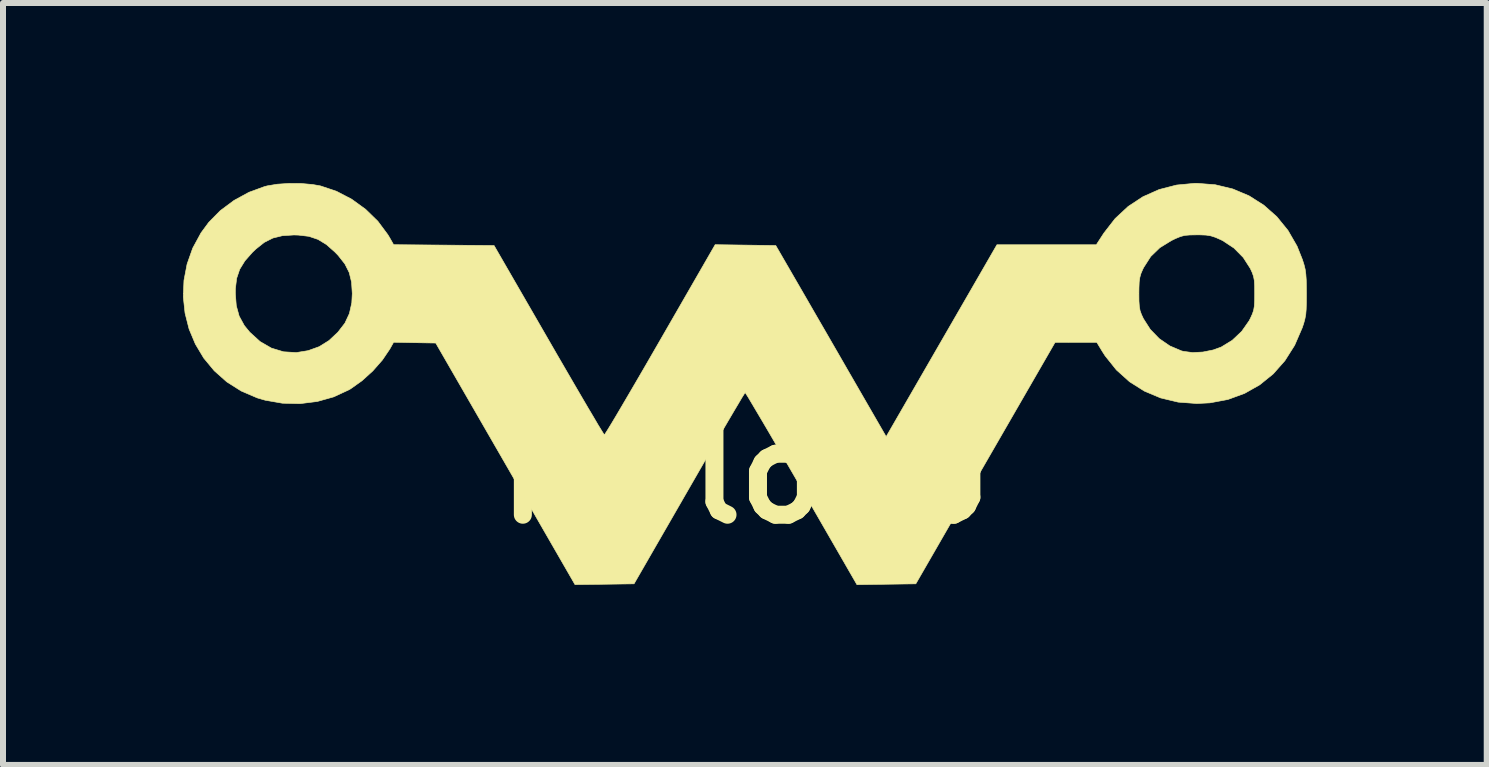
<source format=kicad_pcb>
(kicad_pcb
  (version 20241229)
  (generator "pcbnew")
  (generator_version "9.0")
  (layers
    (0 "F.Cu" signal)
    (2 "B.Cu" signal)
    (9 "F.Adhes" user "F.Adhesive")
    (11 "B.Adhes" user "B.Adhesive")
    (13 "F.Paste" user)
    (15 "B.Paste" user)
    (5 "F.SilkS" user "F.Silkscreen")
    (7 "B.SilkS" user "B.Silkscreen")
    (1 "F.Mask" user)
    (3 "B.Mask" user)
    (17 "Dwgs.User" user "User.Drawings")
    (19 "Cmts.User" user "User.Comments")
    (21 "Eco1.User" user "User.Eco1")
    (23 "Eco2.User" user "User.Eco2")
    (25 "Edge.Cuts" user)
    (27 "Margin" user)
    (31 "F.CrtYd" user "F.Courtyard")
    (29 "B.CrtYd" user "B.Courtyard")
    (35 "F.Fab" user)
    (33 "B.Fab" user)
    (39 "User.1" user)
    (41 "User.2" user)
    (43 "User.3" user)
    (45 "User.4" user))
  (footprint "mylogo"
    (layer "F.Cu")
    (at 9.365 4.839)
    (property "Reference" "mylogo" (at 0 0 0) (layer "F.SilkS") (effects (font (size 1.524 1.524) (thickness 0.3))))
    (attr through_hole)
    (fp_poly (pts (xy 7.839 -4.81) (xy 8.13 -4.74) (xy 8.401 -4.626) (xy 8.647 -4.47) (xy 8.865 -4.277) (xy 9.051 -4.048) (xy 9.202 -3.786) (xy 9.291 -3.563) (xy 9.318 -3.478) (xy 9.337 -3.401) (xy 9.348 -3.321) (xy 9.355 -3.223) (xy 9.357 -3.096) (xy 9.358 -2.997) (xy 9.357 -2.847) (xy 9.354 -2.736) (xy 9.347 -2.649) (xy 9.333 -2.575) (xy 9.313 -2.5) (xy 9.288 -2.426) (xy 9.162 -2.135) (xy 9 -1.879) (xy 8.805 -1.658) (xy 8.579 -1.475) (xy 8.326 -1.332) (xy 8.049 -1.231) (xy 7.75 -1.175) (xy 7.531 -1.164) (xy 7.221 -1.187) (xy 6.928 -1.257) (xy 6.657 -1.371) (xy 6.41 -1.527) (xy 6.191 -1.724) (xy 6.003 -1.959) (xy 5.955 -2.034) (xy 5.864 -2.184) (xy 5.516 -2.184) (xy 5.169 -2.183) (xy 4.008 -0.171) (xy 2.848 1.841) (xy 1.867 1.855) (xy 0.944 0.254) (xy 0.793 -0.007) (xy 0.649 -0.255) (xy 0.515 -0.486) (xy 0.392 -0.697) (xy 0.282 -0.884) (xy 0.187 -1.044) (xy 0.11 -1.174) (xy 0.053 -1.27) (xy 0.016 -1.328) (xy 0.004 -1.345) (xy -0.011 -1.324) (xy -0.05 -1.262) (xy -0.109 -1.162) (xy -0.188 -1.029) (xy -0.284 -0.866) (xy -0.395 -0.676) (xy -0.519 -0.463) (xy -0.654 -0.231) (xy -0.798 0.019) (xy -0.93 0.248) (xy -1.848 1.841) (xy -2.34 1.848) (xy -2.832 1.854) (xy -3.992 -0.159) (xy -5.153 -2.172) (xy -5.504 -2.178) (xy -5.855 -2.185) (xy -5.919 -2.071) (xy -6.043 -1.888) (xy -6.202 -1.707) (xy -6.383 -1.543) (xy -6.573 -1.408) (xy -6.601 -1.392) (xy -6.853 -1.275) (xy -7.127 -1.198) (xy -7.415 -1.162) (xy -7.708 -1.169) (xy -7.995 -1.219) (xy -8.126 -1.257) (xy -8.396 -1.373) (xy -8.636 -1.525) (xy -8.844 -1.71) (xy -9.019 -1.921) (xy -9.159 -2.155) (xy -9.264 -2.406) (xy -9.331 -2.67) (xy -9.36 -2.941) (xy -9.358 -2.997) (xy -8.493 -2.997) (xy -8.477 -2.794) (xy -8.429 -2.62) (xy -8.343 -2.463) (xy -8.252 -2.352) (xy -8.08 -2.196) (xy -7.891 -2.087) (xy -7.689 -2.026) (xy -7.477 -2.013) (xy -7.28 -2.045) (xy -7.094 -2.112) (xy -6.931 -2.214) (xy -6.784 -2.352) (xy -6.667 -2.503) (xy -6.592 -2.663) (xy -6.552 -2.842) (xy -6.544 -2.997) (xy -6.556 -3.188) (xy -6.595 -3.347) (xy -6.667 -3.49) (xy -6.778 -3.631) (xy -6.83 -3.685) (xy -6.974 -3.813) (xy -7.115 -3.899) (xy -7.266 -3.95) (xy -7.443 -3.971) (xy -7.518 -3.973) (xy -7.708 -3.961) (xy -7.867 -3.922) (xy -8.01 -3.85) (xy -8.151 -3.738) (xy -8.207 -3.685) (xy -8.334 -3.541) (xy -8.42 -3.401) (xy -8.471 -3.251) (xy -8.492 -3.076) (xy -8.493 -2.997) (xy -9.358 -2.997) (xy -9.349 -3.216) (xy -9.297 -3.488) (xy -9.203 -3.754) (xy -9.065 -4.008) (xy -8.936 -4.183) (xy -8.744 -4.378) (xy -8.516 -4.548) (xy -8.267 -4.684) (xy -8.008 -4.779) (xy -7.962 -4.791) (xy -7.795 -4.819) (xy -7.6 -4.832) (xy -7.397 -4.831) (xy -7.206 -4.814) (xy -7.075 -4.791) (xy -6.809 -4.702) (xy -6.555 -4.57) (xy -6.322 -4.401) (xy -6.118 -4.202) (xy -5.952 -3.979) (xy -5.923 -3.931) (xy -5.855 -3.811) (xy -4.181 -3.797) (xy -3.272 -2.223) (xy -3.122 -1.963) (xy -2.979 -1.717) (xy -2.846 -1.488) (xy -2.724 -1.279) (xy -2.615 -1.093) (xy -2.521 -0.935) (xy -2.446 -0.807) (xy -2.389 -0.714) (xy -2.354 -0.658) (xy -2.343 -0.642) (xy -2.328 -0.663) (xy -2.289 -0.724) (xy -2.229 -0.822) (xy -2.15 -0.954) (xy -2.054 -1.117) (xy -1.943 -1.306) (xy -1.819 -1.518) (xy -1.684 -1.75) (xy -1.54 -1.999) (xy -1.41 -2.224) (xy -0.496 -3.811) (xy 0.009 -3.804) (xy 0.514 -3.797) (xy 0.837 -3.239) (xy 0.921 -3.094) (xy 1.025 -2.914) (xy 1.145 -2.706) (xy 1.277 -2.478) (xy 1.415 -2.239) (xy 1.556 -1.995) (xy 1.694 -1.755) (xy 1.757 -1.646) (xy 2.354 -0.612) (xy 3.277 -2.211) (xy 3.731 -2.997) (xy 6.566 -2.997) (xy 6.567 -2.872) (xy 6.573 -2.783) (xy 6.585 -2.714) (xy 6.608 -2.649) (xy 6.641 -2.578) (xy 6.755 -2.4) (xy 6.905 -2.245) (xy 7.083 -2.123) (xy 7.276 -2.041) (xy 7.309 -2.033) (xy 7.461 -2.013) (xy 7.633 -2.022) (xy 7.806 -2.057) (xy 7.938 -2.105) (xy 8.121 -2.217) (xy 8.279 -2.366) (xy 8.402 -2.541) (xy 8.422 -2.579) (xy 8.456 -2.653) (xy 8.478 -2.717) (xy 8.49 -2.787) (xy 8.495 -2.878) (xy 8.496 -2.997) (xy 8.495 -3.122) (xy 8.49 -3.211) (xy 8.477 -3.281) (xy 8.455 -3.345) (xy 8.422 -3.416) (xy 8.305 -3.598) (xy 8.15 -3.755) (xy 7.965 -3.877) (xy 7.931 -3.894) (xy 7.84 -3.934) (xy 7.765 -3.958) (xy 7.685 -3.971) (xy 7.581 -3.975) (xy 7.53 -3.975) (xy 7.415 -3.973) (xy 7.331 -3.966) (xy 7.259 -3.947) (xy 7.178 -3.914) (xy 7.106 -3.879) (xy 6.915 -3.761) (xy 6.763 -3.614) (xy 6.646 -3.432) (xy 6.632 -3.404) (xy 6.601 -3.333) (xy 6.582 -3.267) (xy 6.571 -3.191) (xy 6.567 -3.09) (xy 6.566 -2.997) (xy 3.731 -2.997) (xy 4.2 -3.81) (xy 5.856 -3.81) (xy 5.982 -4.004) (xy 6.169 -4.245) (xy 6.387 -4.448) (xy 6.633 -4.61) (xy 6.903 -4.73) (xy 7.193 -4.805) (xy 7.5 -4.834) (xy 7.531 -4.834) (xy 7.839 -4.81)) (stroke (width 0.01) (type solid)) (fill yes) (layer "F.SilkS")))
  (gr_rect
    (start -3 -3)
    (end 21.728 9.699)
    (stroke (width 0.1) (type default))
    (fill no)
    (layer "Edge.Cuts")))
</source>
